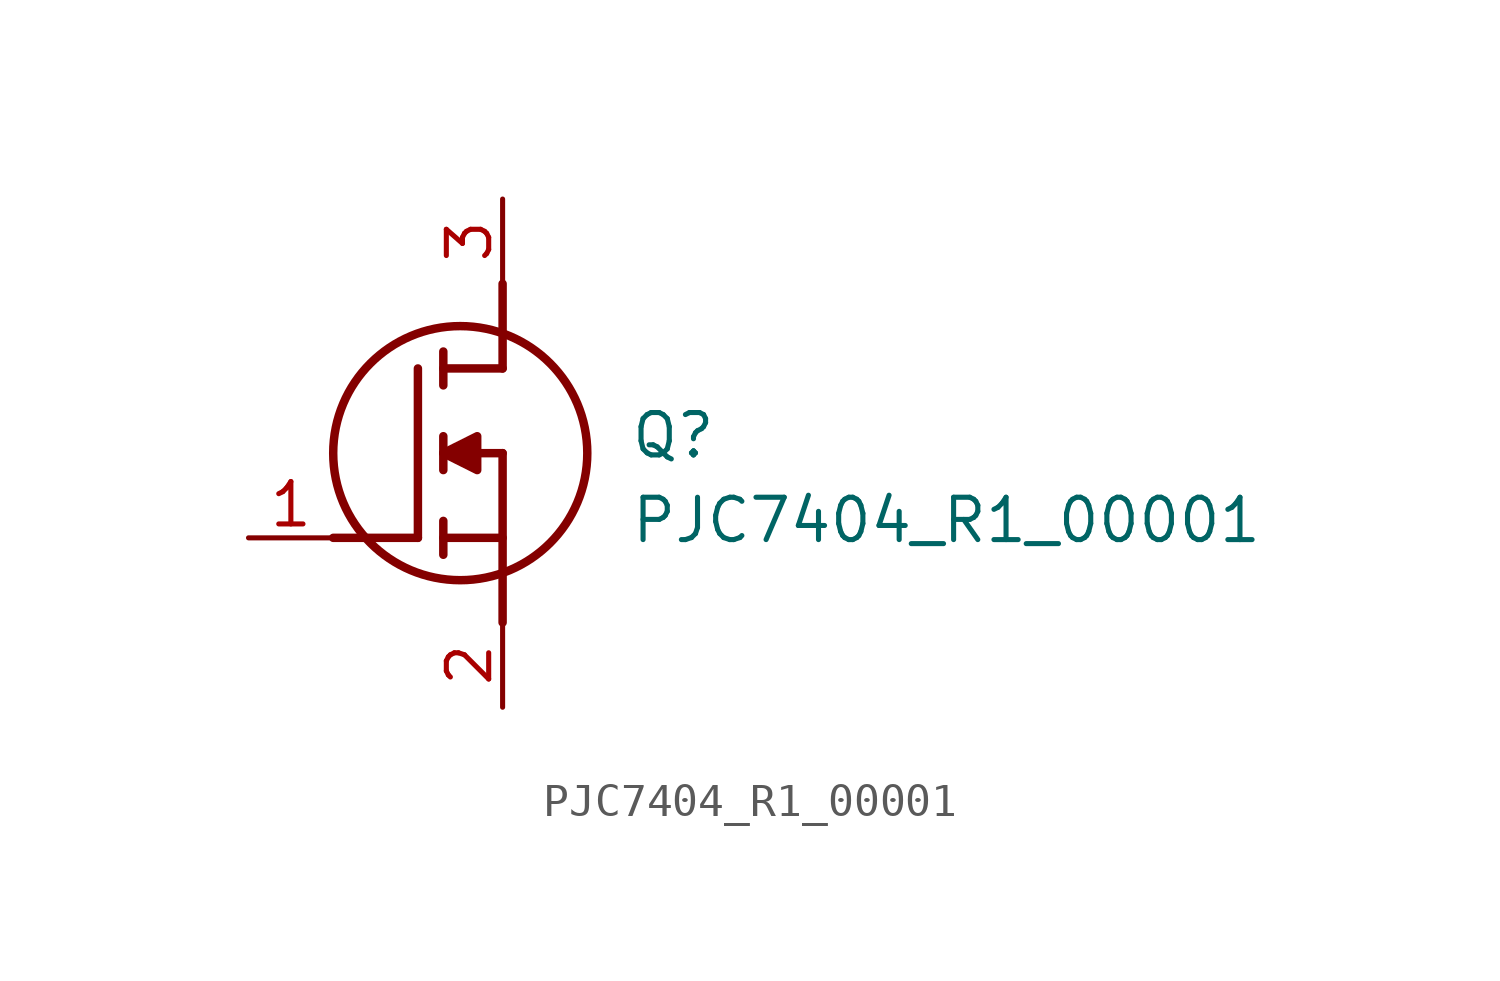
<source format=kicad_sym>
(kicad_symbol_lib
  (version 20211014)
  (generator SamacSys_ECAD_Model)
  (symbol "PJC7404_R1_00001"
    (pin_names hide)
    (property "Reference" "Q"
      (at 11.43 3.81 0)
      (effects (font (size 1.27 1.27)) (justify left top)))
    (property "Value" "PJC7404_R1_00001"
      (at 11.43 1.27 0)
      (effects (font (size 1.27 1.27)) (justify left top)))
    (polyline
      (pts (xy 7.62 2.54) (xy 7.62 -2.54))
      (stroke (width 0.254) (type default))
      (fill (type none)))
    (polyline
      (pts (xy 7.62 5.08) (xy 7.62 7.62))
      (stroke (width 0.254) (type default))
      (fill (type none)))
    (polyline
      (pts (xy 2.54 0) (xy 5.08 0))
      (stroke (width 0.254) (type default))
      (fill (type none)))
    (polyline
      (pts (xy 5.08 5.08) (xy 5.08 0))
      (stroke (width 0.254) (type default))
      (fill (type none)))
    (polyline
      (pts (xy 7.62 2.54) (xy 5.842 2.54))
      (stroke (width 0.254) (type default))
      (fill (type none)))
    (polyline
      (pts (xy 7.62 5.08) (xy 5.842 5.08))
      (stroke (width 0.254) (type default))
      (fill (type none)))
    (polyline
      (pts (xy 5.842 0) (xy 7.62 0))
      (stroke (width 0.254) (type default))
      (fill (type none)))
    (polyline
      (pts (xy 5.842 5.588) (xy 5.842 4.572))
      (stroke (width 0.254) (type default))
      (fill (type none)))
    (polyline
      (pts (xy 5.842 -0.508) (xy 5.842 0.508))
      (stroke (width 0.254) (type default))
      (fill (type none)))
    (polyline
      (pts (xy 5.842 2.032) (xy 5.842 3.048))
      (stroke (width 0.254) (type default))
      (fill (type none)))
    (circle
      (center 6.35 2.54)
      (radius 3.81)
      (stroke (width 0.254) (type default))
      (fill (type none)))
    (polyline
      (pts (xy 5.842 2.54) (xy 6.858 3.048) (xy 6.858 2.032) (xy 5.842 2.54))
      (stroke (width 0.254) (type default))
      (fill (type outline)))
    (pin passive line
      (at 0 0 0)
      (length 2.54)
      (name "G" (effects (font (size 1.27 1.27))))
      (number "1" (effects (font (size 1.27 1.27)))))
    (pin passive line
      (at 7.62 10.16 270)
      (length 2.54)
      (name "D" (effects (font (size 1.27 1.27))))
      (number "3" (effects (font (size 1.27 1.27)))))
    (pin passive line
      (at 7.62 -5.08 90)
      (length 2.54)
      (name "S" (effects (font (size 1.27 1.27))))
      (number "2" (effects (font (size 1.27 1.27)))))))
</source>
